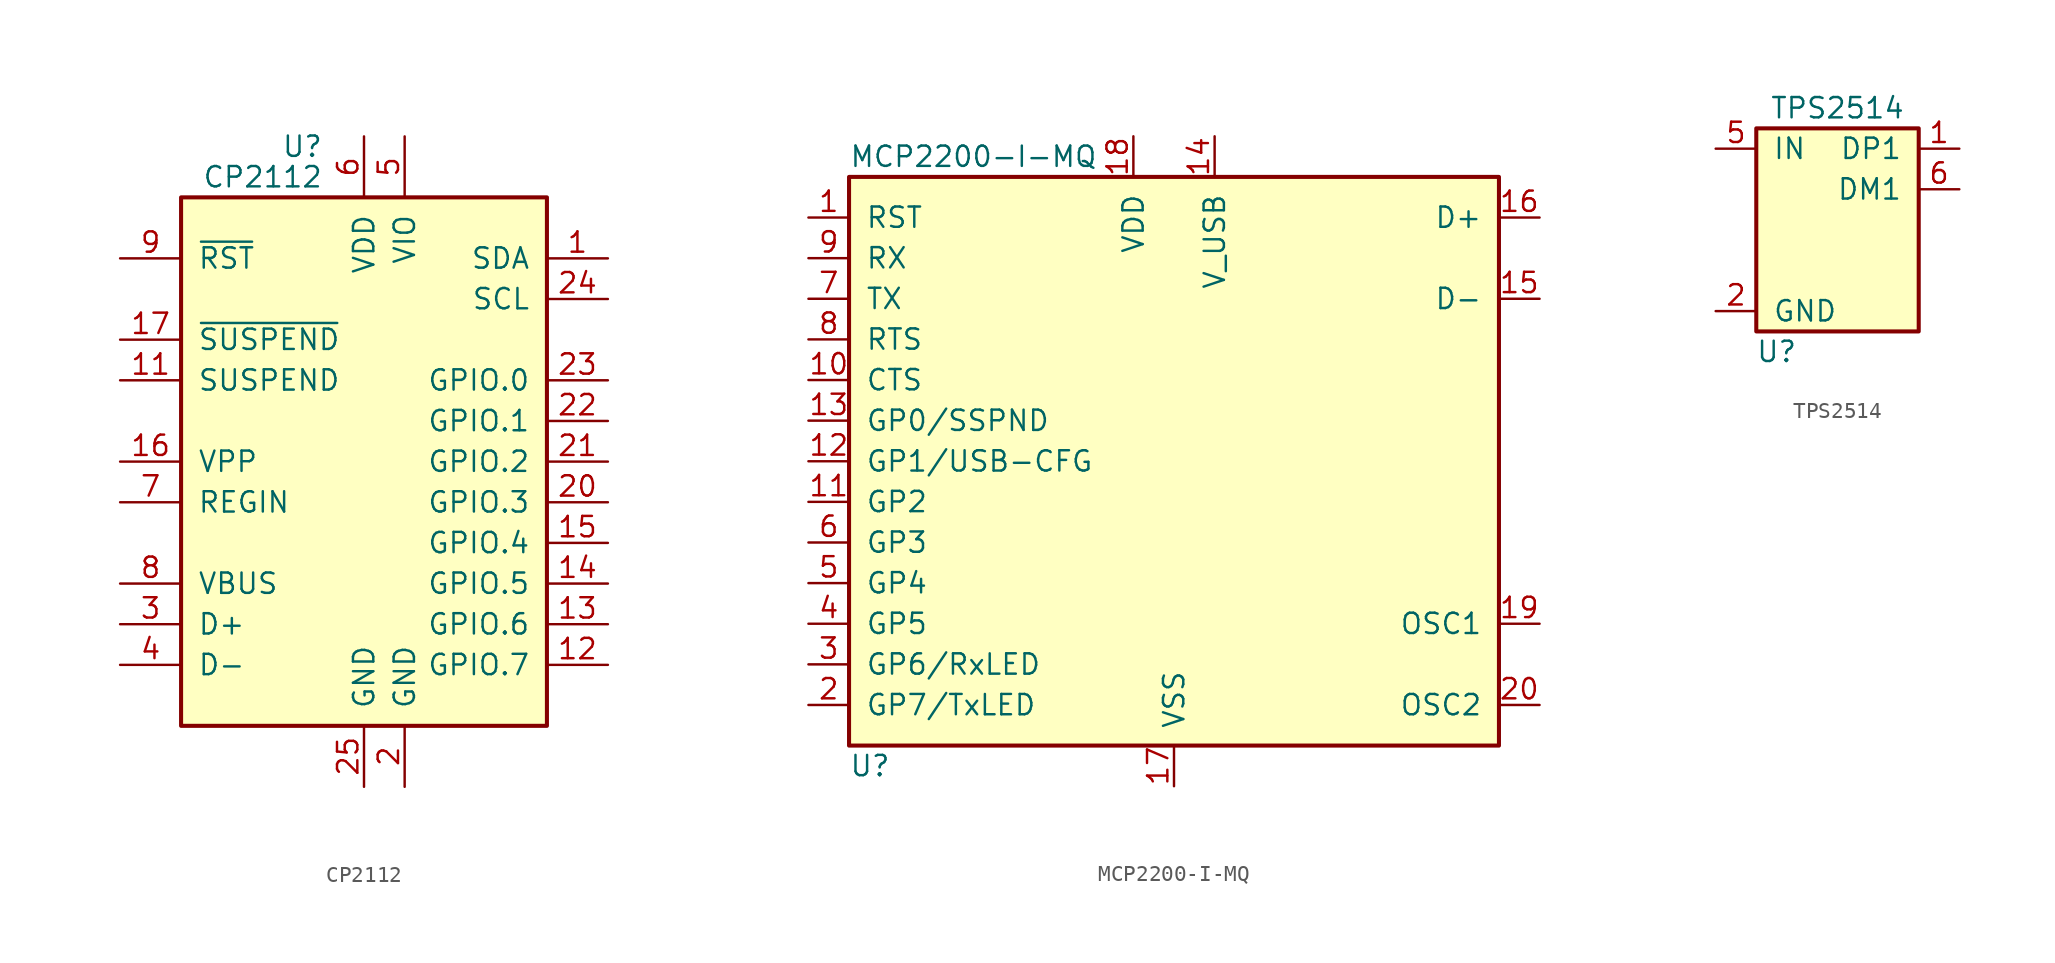
<source format=kicad_sym>
(kicad_symbol_lib
  (version 20220914)
  (generator kicad_symbol_editor)
  (symbol "CP2112"
    (pin_names
      (offset 1.016))
    (property "Reference" "U"
      (at -2.54 19.685 0)
      (effects (font (size 1.27 1.27)) (justify right)))
    (property "Value" "CP2112"
      (at -2.54 17.78 0)
      (effects (font (size 1.27 1.27)) (justify right)))
    (symbol "CP2112_0_1"
      (rectangle (start -11.43 16.51) (end 11.43 -16.51) (stroke (width 0.254) (type default)) (fill (type background))))
    (symbol "CP2112_1_1"
      (pin bidirectional line (at 15.24 12.7 180) (length 3.81) (name "SDA" (effects (font (size 1.27 1.27)))) (number "1" (effects (font (size 1.27 1.27)))))
      (pin no_connect line (at 10.16 -20.32 90) (length 3.81) hide (name "NC" (effects (font (size 1.27 1.27)))) (number "10" (effects (font (size 1.27 1.27)))))
      (pin output line (at -15.24 5.08 0) (length 3.81) (name "SUSPEND" (effects (font (size 1.27 1.27)))) (number "11" (effects (font (size 1.27 1.27)))))
      (pin bidirectional line (at 15.24 -12.7 180) (length 3.81) (name "GPIO.7" (effects (font (size 1.27 1.27)))) (number "12" (effects (font (size 1.27 1.27)))))
      (pin bidirectional line (at 15.24 -10.16 180) (length 3.81) (name "GPIO.6" (effects (font (size 1.27 1.27)))) (number "13" (effects (font (size 1.27 1.27)))))
      (pin bidirectional line (at 15.24 -7.62 180) (length 3.81) (name "GPIO.5" (effects (font (size 1.27 1.27)))) (number "14" (effects (font (size 1.27 1.27)))))
      (pin bidirectional line (at 15.24 -5.08 180) (length 3.81) (name "GPIO.4" (effects (font (size 1.27 1.27)))) (number "15" (effects (font (size 1.27 1.27)))))
      (pin power_in line (at -15.24 0 0) (length 3.81) (name "VPP" (effects (font (size 1.27 1.27)))) (number "16" (effects (font (size 1.27 1.27)))))
      (pin output line (at -15.24 7.62 0) (length 3.81) (name "~{SUSPEND}" (effects (font (size 1.27 1.27)))) (number "17" (effects (font (size 1.27 1.27)))))
      (pin no_connect line (at 5.08 -20.32 90) (length 3.81) hide (name "NC" (effects (font (size 1.27 1.27)))) (number "18" (effects (font (size 1.27 1.27)))))
      (pin no_connect line (at 7.62 -20.32 90) (length 3.81) hide (name "NC" (effects (font (size 1.27 1.27)))) (number "19" (effects (font (size 1.27 1.27)))))
      (pin power_in line (at 2.54 -20.32 90) (length 3.81) (name "GND" (effects (font (size 1.27 1.27)))) (number "2" (effects (font (size 1.27 1.27)))))
      (pin bidirectional line (at 15.24 -2.54 180) (length 3.81) (name "GPIO.3" (effects (font (size 1.27 1.27)))) (number "20" (effects (font (size 1.27 1.27)))))
      (pin bidirectional line (at 15.24 0 180) (length 3.81) (name "GPIO.2" (effects (font (size 1.27 1.27)))) (number "21" (effects (font (size 1.27 1.27)))))
      (pin bidirectional line (at 15.24 2.54 180) (length 3.81) (name "GPIO.1" (effects (font (size 1.27 1.27)))) (number "22" (effects (font (size 1.27 1.27)))))
      (pin bidirectional line (at 15.24 5.08 180) (length 3.81) (name "GPIO.0" (effects (font (size 1.27 1.27)))) (number "23" (effects (font (size 1.27 1.27)))))
      (pin output line (at 15.24 10.16 180) (length 3.81) (name "SCL" (effects (font (size 1.27 1.27)))) (number "24" (effects (font (size 1.27 1.27)))))
      (pin power_in line (at 0 -20.32 90) (length 3.81) (name "GND" (effects (font (size 1.27 1.27)))) (number "25" (effects (font (size 1.27 1.27)))))
      (pin bidirectional line (at -15.24 -10.16 0) (length 3.81) (name "D+" (effects (font (size 1.27 1.27)))) (number "3" (effects (font (size 1.27 1.27)))))
      (pin bidirectional line (at -15.24 -12.7 0) (length 3.81) (name "D-" (effects (font (size 1.27 1.27)))) (number "4" (effects (font (size 1.27 1.27)))))
      (pin power_in line (at 2.54 20.32 270) (length 3.81) (name "VIO" (effects (font (size 1.27 1.27)))) (number "5" (effects (font (size 1.27 1.27)))))
      (pin power_in line (at 0 20.32 270) (length 3.81) (name "VDD" (effects (font (size 1.27 1.27)))) (number "6" (effects (font (size 1.27 1.27)))))
      (pin power_in line (at -15.24 -2.54 0) (length 3.81) (name "REGIN" (effects (font (size 1.27 1.27)))) (number "7" (effects (font (size 1.27 1.27)))))
      (pin input line (at -15.24 -7.62 0) (length 3.81) (name "VBUS" (effects (font (size 1.27 1.27)))) (number "8" (effects (font (size 1.27 1.27)))))
      (pin input line (at -15.24 12.7 0) (length 3.81) (name "~{RST}" (effects (font (size 1.27 1.27)))) (number "9" (effects (font (size 1.27 1.27)))))))
  (symbol "MCP2200-I-MQ"
    (pin_names
      (offset 1.016))
    (property "Reference" "U"
      (at -20.32 -19.05 0)
      (effects (font (size 1.27 1.27)) (justify left)))
    (property "Value" "MCP2200-I-MQ"
      (at -20.32 19.05 0)
      (effects (font (size 1.27 1.27)) (justify left)))
    (symbol "MCP2200-I-MQ_0_1"
      (rectangle (start -20.32 17.78) (end 20.32 -17.78) (stroke (width 0.254) (type default)) (fill (type background))))
    (symbol "MCP2200-I-MQ_1_1"
      (pin input line (at -22.86 15.24 0) (length 2.54) (name "RST" (effects (font (size 1.27 1.27)))) (number "1" (effects (font (size 1.27 1.27)))))
      (pin input line (at -22.86 5.08 0) (length 2.54) (name "CTS" (effects (font (size 1.27 1.27)))) (number "10" (effects (font (size 1.27 1.27)))))
      (pin bidirectional line (at -22.86 -2.54 0) (length 2.54) (name "GP2" (effects (font (size 1.27 1.27)))) (number "11" (effects (font (size 1.27 1.27)))))
      (pin bidirectional line (at -22.86 0 0) (length 2.54) (name "GP1/USB-CFG" (effects (font (size 1.27 1.27)))) (number "12" (effects (font (size 1.27 1.27)))))
      (pin bidirectional line (at -22.86 2.54 0) (length 2.54) (name "GP0/SSPND" (effects (font (size 1.27 1.27)))) (number "13" (effects (font (size 1.27 1.27)))))
      (pin power_in line (at 2.54 20.32 270) (length 2.54) (name "V_USB" (effects (font (size 1.27 1.27)))) (number "14" (effects (font (size 1.27 1.27)))))
      (pin bidirectional line (at 22.86 10.16 180) (length 2.54) (name "D-" (effects (font (size 1.27 1.27)))) (number "15" (effects (font (size 1.27 1.27)))))
      (pin bidirectional line (at 22.86 15.24 180) (length 2.54) (name "D+" (effects (font (size 1.27 1.27)))) (number "16" (effects (font (size 1.27 1.27)))))
      (pin power_in line (at 0 -20.32 90) (length 2.54) (name "VSS" (effects (font (size 1.27 1.27)))) (number "17" (effects (font (size 1.27 1.27)))))
      (pin power_in line (at -2.54 20.32 270) (length 2.54) (name "VDD" (effects (font (size 1.27 1.27)))) (number "18" (effects (font (size 1.27 1.27)))))
      (pin input line (at 22.86 -10.16 180) (length 2.54) (name "OSC1" (effects (font (size 1.27 1.27)))) (number "19" (effects (font (size 1.27 1.27)))))
      (pin bidirectional line (at -22.86 -15.24 0) (length 2.54) (name "GP7/TxLED" (effects (font (size 1.27 1.27)))) (number "2" (effects (font (size 1.27 1.27)))))
      (pin output line (at 22.86 -15.24 180) (length 2.54) (name "OSC2" (effects (font (size 1.27 1.27)))) (number "20" (effects (font (size 1.27 1.27)))))
      (pin no_connect line (at 22.86 0 180) (length 2.54) hide (name "EP" (effects (font (size 1.27 1.27)))) (number "21" (effects (font (size 1.27 1.27)))))
      (pin bidirectional line (at -22.86 -12.7 0) (length 2.54) (name "GP6/RxLED" (effects (font (size 1.27 1.27)))) (number "3" (effects (font (size 1.27 1.27)))))
      (pin bidirectional line (at -22.86 -10.16 0) (length 2.54) (name "GP5" (effects (font (size 1.27 1.27)))) (number "4" (effects (font (size 1.27 1.27)))))
      (pin bidirectional line (at -22.86 -7.62 0) (length 2.54) (name "GP4" (effects (font (size 1.27 1.27)))) (number "5" (effects (font (size 1.27 1.27)))))
      (pin bidirectional line (at -22.86 -5.08 0) (length 2.54) (name "GP3" (effects (font (size 1.27 1.27)))) (number "6" (effects (font (size 1.27 1.27)))))
      (pin output line (at -22.86 10.16 0) (length 2.54) (name "TX" (effects (font (size 1.27 1.27)))) (number "7" (effects (font (size 1.27 1.27)))))
      (pin output line (at -22.86 7.62 0) (length 2.54) (name "RTS" (effects (font (size 1.27 1.27)))) (number "8" (effects (font (size 1.27 1.27)))))
      (pin input line (at -22.86 12.7 0) (length 2.54) (name "RX" (effects (font (size 1.27 1.27)))) (number "9" (effects (font (size 1.27 1.27)))))))
  (symbol "TPS2514"
    (pin_names
      (offset 1.016))
    (property "Reference" "U"
      (at -3.81 -7.62 0)
      (effects (font (size 1.27 1.27))))
    (property "Value" "TPS2514"
      (at 0 7.62 0)
      (effects (font (size 1.27 1.27))))
    (symbol "TPS2514_0_1"
      (rectangle (start -5.08 6.35) (end 5.08 -6.35) (stroke (width 0.254) (type default)) (fill (type background))))
    (symbol "TPS2514_1_1"
      (pin input line (at 7.62 5.08 180) (length 2.54) (name "DP1" (effects (font (size 1.27 1.27)))) (number "1" (effects (font (size 1.27 1.27)))))
      (pin power_in line (at -7.62 -5.08 0) (length 2.54) (name "GND" (effects (font (size 1.27 1.27)))) (number "2" (effects (font (size 1.27 1.27)))))
      (pin no_connect line (at 7.62 -2.54 180) (length 2.54) hide (name "NC" (effects (font (size 1.27 1.27)))) (number "3" (effects (font (size 1.27 1.27)))))
      (pin no_connect line (at 7.62 -5.08 180) (length 2.54) hide (name "NC" (effects (font (size 1.27 1.27)))) (number "4" (effects (font (size 1.27 1.27)))))
      (pin power_in line (at -7.62 5.08 0) (length 2.54) (name "IN" (effects (font (size 1.27 1.27)))) (number "5" (effects (font (size 1.27 1.27)))))
      (pin input line (at 7.62 2.54 180) (length 2.54) (name "DM1" (effects (font (size 1.27 1.27)))) (number "6" (effects (font (size 1.27 1.27))))))))
</source>
